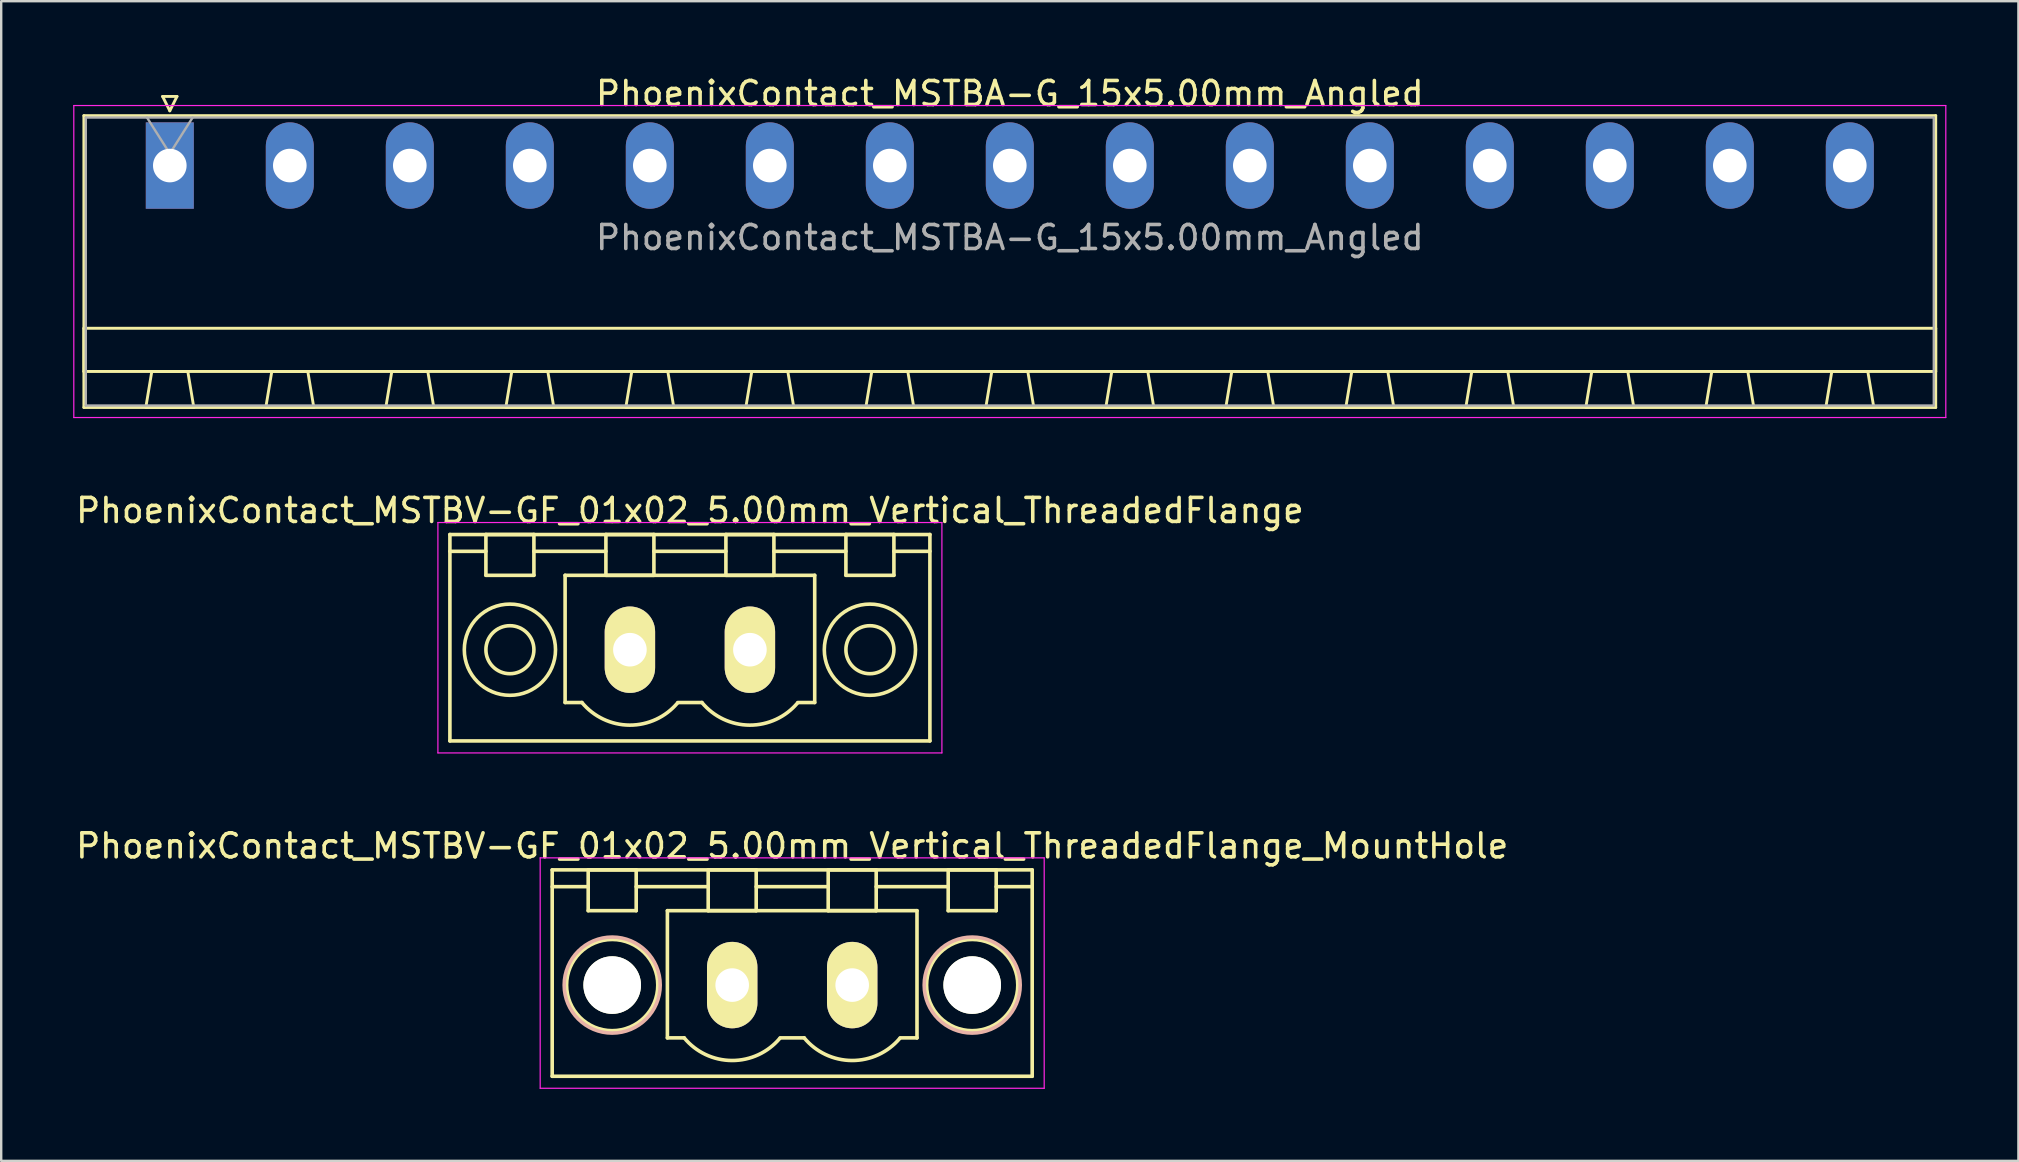
<source format=kicad_pcb>
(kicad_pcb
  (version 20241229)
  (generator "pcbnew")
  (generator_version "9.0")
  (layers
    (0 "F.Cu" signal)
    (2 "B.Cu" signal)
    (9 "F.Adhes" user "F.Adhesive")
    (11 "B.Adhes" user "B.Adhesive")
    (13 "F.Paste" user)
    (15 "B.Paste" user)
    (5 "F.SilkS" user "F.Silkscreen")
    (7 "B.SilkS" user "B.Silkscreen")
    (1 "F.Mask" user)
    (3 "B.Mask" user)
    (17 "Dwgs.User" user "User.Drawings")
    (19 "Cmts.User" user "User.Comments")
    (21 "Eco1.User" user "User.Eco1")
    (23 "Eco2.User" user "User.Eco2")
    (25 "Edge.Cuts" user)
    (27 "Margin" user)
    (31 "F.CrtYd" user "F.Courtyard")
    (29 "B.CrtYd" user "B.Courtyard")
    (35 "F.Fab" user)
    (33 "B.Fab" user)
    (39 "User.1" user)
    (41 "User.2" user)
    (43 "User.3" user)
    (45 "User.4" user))
  (footprint "PhoenixContact_MSTBV-GF_01x02_5.00mm_Vertical_ThreadedFlange_MountHole"
    (layer "F.Cu")
    (at 27.458 37.995)
    (property "Reference" "PhoenixContact_MSTBV-GF_01x02_5.00mm_Vertical_ThreadedFlange_MountHole" (at 2.5 -5.8 0) (layer "F.SilkS") (effects (font (size 1 1) (thickness 0.15))))
    (attr through_hole)
    (fp_line (start -7.5 -4.8) (end -7.5 3.8) (stroke (width 0.15) (type solid)) (layer "F.SilkS"))
    (fp_line (start -7.5 -4.1) (end -6 -4.1) (stroke (width 0.15) (type solid)) (layer "F.SilkS"))
    (fp_line (start -7.5 3.8) (end 12.5 3.8) (stroke (width 0.15) (type solid)) (layer "F.SilkS"))
    (fp_line (start -6 -4.8) (end -4 -4.8) (stroke (width 0.15) (type solid)) (layer "F.SilkS"))
    (fp_line (start -6 -3.1) (end -6 -4.8) (stroke (width 0.15) (type solid)) (layer "F.SilkS"))
    (fp_line (start -4 -4.8) (end -4 -3.1) (stroke (width 0.15) (type solid)) (layer "F.SilkS"))
    (fp_line (start -4 -4.1) (end -1 -4.1) (stroke (width 0.15) (type solid)) (layer "F.SilkS"))
    (fp_line (start -4 -3.1) (end -6 -3.1) (stroke (width 0.15) (type solid)) (layer "F.SilkS"))
    (fp_line (start -2.7 -3.1) (end 7.7 -3.1) (stroke (width 0.15) (type solid)) (layer "F.SilkS"))
    (fp_line (start -2.7 2.2) (end -2.7 -3.1) (stroke (width 0.15) (type solid)) (layer "F.SilkS"))
    (fp_line (start -2 2.2) (end -2.7 2.2) (stroke (width 0.15) (type solid)) (layer "F.SilkS"))
    (fp_line (start -1 -4.8) (end 1 -4.8) (stroke (width 0.15) (type solid)) (layer "F.SilkS"))
    (fp_line (start -1 -3.1) (end -1 -4.8) (stroke (width 0.15) (type solid)) (layer "F.SilkS"))
    (fp_line (start 1 -4.8) (end 1 -3.1) (stroke (width 0.15) (type solid)) (layer "F.SilkS"))
    (fp_line (start 1 -4.1) (end 4 -4.1) (stroke (width 0.15) (type solid)) (layer "F.SilkS"))
    (fp_line (start 1 -3.1) (end -1 -3.1) (stroke (width 0.15) (type solid)) (layer "F.SilkS"))
    (fp_line (start 2 2.2) (end 3 2.2) (stroke (width 0.15) (type solid)) (layer "F.SilkS"))
    (fp_line (start 4 -4.8) (end 6 -4.8) (stroke (width 0.15) (type solid)) (layer "F.SilkS"))
    (fp_line (start 4 -3.1) (end 4 -4.8) (stroke (width 0.15) (type solid)) (layer "F.SilkS"))
    (fp_line (start 6 -4.8) (end 6 -3.1) (stroke (width 0.15) (type solid)) (layer "F.SilkS"))
    (fp_line (start 6 -4.1) (end 9 -4.1) (stroke (width 0.15) (type solid)) (layer "F.SilkS"))
    (fp_line (start 6 -3.1) (end 4 -3.1) (stroke (width 0.15) (type solid)) (layer "F.SilkS"))
    (fp_line (start 7.7 -3.1) (end 7.7 2.2) (stroke (width 0.15) (type solid)) (layer "F.SilkS"))
    (fp_line (start 7.7 2.2) (end 7 2.2) (stroke (width 0.15) (type solid)) (layer "F.SilkS"))
    (fp_line (start 9 -4.8) (end 11 -4.8) (stroke (width 0.15) (type solid)) (layer "F.SilkS"))
    (fp_line (start 9 -3.1) (end 9 -4.8) (stroke (width 0.15) (type solid)) (layer "F.SilkS"))
    (fp_line (start 11 -4.8) (end 11 -3.1) (stroke (width 0.15) (type solid)) (layer "F.SilkS"))
    (fp_line (start 11 -3.1) (end 9 -3.1) (stroke (width 0.15) (type solid)) (layer "F.SilkS"))
    (fp_line (start 12.5 -4.8) (end -7.5 -4.8) (stroke (width 0.15) (type solid)) (layer "F.SilkS"))
    (fp_line (start 12.5 -4.1) (end 11 -4.1) (stroke (width 0.15) (type solid)) (layer "F.SilkS"))
    (fp_line (start 12.5 3.8) (end 12.5 -4.8) (stroke (width 0.15) (type solid)) (layer "F.SilkS"))
    (fp_arc (start 1.986842 2.215821) (mid -0.010289 3.142758) (end -2 2.2) (stroke (width 0.15) (type solid)) (layer "F.SilkS"))
    (fp_arc (start 6.986842 2.215821) (mid 4.989711 3.142758) (end 3 2.2) (stroke (width 0.15) (type solid)) (layer "F.SilkS"))
    (fp_circle (center -5 0) (end -4 0) (stroke (width 0.15) (type solid)) (fill no) (layer "F.SilkS"))
    (fp_circle (center -5 0) (end -3.1 0) (stroke (width 0.15) (type solid)) (fill no) (layer "F.SilkS"))
    (fp_circle (center 10 0) (end 11 0) (stroke (width 0.15) (type solid)) (fill no) (layer "F.SilkS"))
    (fp_circle (center 10 0) (end 11.9 0) (stroke (width 0.15) (type solid)) (fill no) (layer "F.SilkS"))
    (fp_circle (center -5 0) (end -3 0) (stroke (width 0.15) (type solid)) (fill no) (layer "B.SilkS"))
    (fp_circle (center 10 0) (end 12 0) (stroke (width 0.15) (type solid)) (fill no) (layer "B.SilkS"))
    (fp_line (start -8 -5.3) (end -8 4.3) (stroke (width 0.05) (type solid)) (layer "F.CrtYd"))
    (fp_line (start -8 4.3) (end 13 4.3) (stroke (width 0.05) (type solid)) (layer "F.CrtYd"))
    (fp_line (start 13 -5.3) (end -8 -5.3) (stroke (width 0.05) (type solid)) (layer "F.CrtYd"))
    (fp_line (start 13 4.3) (end 13 -5.3) (stroke (width 0.05) (type solid)) (layer "F.CrtYd"))
    (pad "" np_thru_hole circle (at -5 0) (size 2.4 2.4) (drill 2.4) (layers "*.Cu" "*.Mask" "F.SilkS"))
    (pad "" np_thru_hole circle (at 10 0) (size 2.4 2.4) (drill 2.4) (layers "*.Cu" "*.Mask" "F.SilkS"))
    (pad "1" thru_hole oval (at 0 0) (size 2.1 3.6) (drill 1.4) (layers "*.Cu" "*.Mask" "F.SilkS"))
    (pad "2" thru_hole oval (at 5 0) (size 2.1 3.6) (drill 1.4) (layers "*.Cu" "*.Mask" "F.SilkS")))
  (footprint "PhoenixContact_MSTBV-GF_01x02_5.00mm_Vertical_ThreadedFlange"
    (layer "F.Cu")
    (at 23.196 24.021)
    (property "Reference" "PhoenixContact_MSTBV-GF_01x02_5.00mm_Vertical_ThreadedFlange" (at 2.5 -5.8 0) (layer "F.SilkS") (effects (font (size 1 1) (thickness 0.15))))
    (attr through_hole)
    (fp_line (start -7.5 -4.8) (end -7.5 3.8) (stroke (width 0.15) (type solid)) (layer "F.SilkS"))
    (fp_line (start -7.5 -4.1) (end -6 -4.1) (stroke (width 0.15) (type solid)) (layer "F.SilkS"))
    (fp_line (start -7.5 3.8) (end 12.5 3.8) (stroke (width 0.15) (type solid)) (layer "F.SilkS"))
    (fp_line (start -6 -4.8) (end -4 -4.8) (stroke (width 0.15) (type solid)) (layer "F.SilkS"))
    (fp_line (start -6 -3.1) (end -6 -4.8) (stroke (width 0.15) (type solid)) (layer "F.SilkS"))
    (fp_line (start -4 -4.8) (end -4 -3.1) (stroke (width 0.15) (type solid)) (layer "F.SilkS"))
    (fp_line (start -4 -4.1) (end -1 -4.1) (stroke (width 0.15) (type solid)) (layer "F.SilkS"))
    (fp_line (start -4 -3.1) (end -6 -3.1) (stroke (width 0.15) (type solid)) (layer "F.SilkS"))
    (fp_line (start -2.7 -3.1) (end 7.7 -3.1) (stroke (width 0.15) (type solid)) (layer "F.SilkS"))
    (fp_line (start -2.7 2.2) (end -2.7 -3.1) (stroke (width 0.15) (type solid)) (layer "F.SilkS"))
    (fp_line (start -2 2.2) (end -2.7 2.2) (stroke (width 0.15) (type solid)) (layer "F.SilkS"))
    (fp_line (start -1 -4.8) (end 1 -4.8) (stroke (width 0.15) (type solid)) (layer "F.SilkS"))
    (fp_line (start -1 -3.1) (end -1 -4.8) (stroke (width 0.15) (type solid)) (layer "F.SilkS"))
    (fp_line (start 1 -4.8) (end 1 -3.1) (stroke (width 0.15) (type solid)) (layer "F.SilkS"))
    (fp_line (start 1 -4.1) (end 4 -4.1) (stroke (width 0.15) (type solid)) (layer "F.SilkS"))
    (fp_line (start 1 -3.1) (end -1 -3.1) (stroke (width 0.15) (type solid)) (layer "F.SilkS"))
    (fp_line (start 2 2.2) (end 3 2.2) (stroke (width 0.15) (type solid)) (layer "F.SilkS"))
    (fp_line (start 4 -4.8) (end 6 -4.8) (stroke (width 0.15) (type solid)) (layer "F.SilkS"))
    (fp_line (start 4 -3.1) (end 4 -4.8) (stroke (width 0.15) (type solid)) (layer "F.SilkS"))
    (fp_line (start 6 -4.8) (end 6 -3.1) (stroke (width 0.15) (type solid)) (layer "F.SilkS"))
    (fp_line (start 6 -4.1) (end 9 -4.1) (stroke (width 0.15) (type solid)) (layer "F.SilkS"))
    (fp_line (start 6 -3.1) (end 4 -3.1) (stroke (width 0.15) (type solid)) (layer "F.SilkS"))
    (fp_line (start 7.7 -3.1) (end 7.7 2.2) (stroke (width 0.15) (type solid)) (layer "F.SilkS"))
    (fp_line (start 7.7 2.2) (end 7 2.2) (stroke (width 0.15) (type solid)) (layer "F.SilkS"))
    (fp_line (start 9 -4.8) (end 11 -4.8) (stroke (width 0.15) (type solid)) (layer "F.SilkS"))
    (fp_line (start 9 -3.1) (end 9 -4.8) (stroke (width 0.15) (type solid)) (layer "F.SilkS"))
    (fp_line (start 11 -4.8) (end 11 -3.1) (stroke (width 0.15) (type solid)) (layer "F.SilkS"))
    (fp_line (start 11 -3.1) (end 9 -3.1) (stroke (width 0.15) (type solid)) (layer "F.SilkS"))
    (fp_line (start 12.5 -4.8) (end -7.5 -4.8) (stroke (width 0.15) (type solid)) (layer "F.SilkS"))
    (fp_line (start 12.5 -4.1) (end 11 -4.1) (stroke (width 0.15) (type solid)) (layer "F.SilkS"))
    (fp_line (start 12.5 3.8) (end 12.5 -4.8) (stroke (width 0.15) (type solid)) (layer "F.SilkS"))
    (fp_arc (start 1.986842 2.215821) (mid -0.010289 3.142758) (end -2 2.2) (stroke (width 0.15) (type solid)) (layer "F.SilkS"))
    (fp_arc (start 6.986842 2.215821) (mid 4.989711 3.142758) (end 3 2.2) (stroke (width 0.15) (type solid)) (layer "F.SilkS"))
    (fp_circle (center -5 0) (end -4 0) (stroke (width 0.15) (type solid)) (fill no) (layer "F.SilkS"))
    (fp_circle (center -5 0) (end -3.1 0) (stroke (width 0.15) (type solid)) (fill no) (layer "F.SilkS"))
    (fp_circle (center 10 0) (end 11 0) (stroke (width 0.15) (type solid)) (fill no) (layer "F.SilkS"))
    (fp_circle (center 10 0) (end 11.9 0) (stroke (width 0.15) (type solid)) (fill no) (layer "F.SilkS"))
    (fp_line (start -8 -5.3) (end -8 4.3) (stroke (width 0.05) (type solid)) (layer "F.CrtYd"))
    (fp_line (start -8 4.3) (end 13 4.3) (stroke (width 0.05) (type solid)) (layer "F.CrtYd"))
    (fp_line (start 13 -5.3) (end -8 -5.3) (stroke (width 0.05) (type solid)) (layer "F.CrtYd"))
    (fp_line (start 13 4.3) (end 13 -5.3) (stroke (width 0.05) (type solid)) (layer "F.CrtYd"))
    (pad "1" thru_hole oval (at 0 0) (size 2.1 3.6) (drill 1.4) (layers "*.Cu" "*.Mask" "F.SilkS"))
    (pad "2" thru_hole oval (at 5 0) (size 2.1 3.6) (drill 1.4) (layers "*.Cu" "*.Mask" "F.SilkS")))
  (footprint "PhoenixContact_MSTBA-G_15x5.00mm_Angled"
    (layer "F.Cu")
    (at 4.025 3.848)
    (property "Reference" "PhoenixContact_MSTBA-G_15x5.00mm_Angled" (at 35 -3 0) (layer "F.SilkS") (effects (font (size 1 1) (thickness 0.15))))
    (attr through_hole)
    (fp_line (start -3.58 -2.08) (end -3.58 10.08) (stroke (width 0.12) (type solid)) (layer "F.SilkS"))
    (fp_line (start -3.58 6.78) (end 73.58 6.78) (stroke (width 0.12) (type solid)) (layer "F.SilkS"))
    (fp_line (start -3.58 8.58) (end -3.58 6.78) (stroke (width 0.12) (type solid)) (layer "F.SilkS"))
    (fp_line (start -3.58 10.08) (end 73.58 10.08) (stroke (width 0.12) (type solid)) (layer "F.SilkS"))
    (fp_line (start -1 10.08) (end 1 10.08) (stroke (width 0.12) (type solid)) (layer "F.SilkS"))
    (fp_line (start -0.75 8.58) (end -1 10.08) (stroke (width 0.12) (type solid)) (layer "F.SilkS"))
    (fp_line (start -0.3 -2.88) (end 0.3 -2.88) (stroke (width 0.12) (type solid)) (layer "F.SilkS"))
    (fp_line (start 0 -2.28) (end -0.3 -2.88) (stroke (width 0.12) (type solid)) (layer "F.SilkS"))
    (fp_line (start 0.3 -2.88) (end 0 -2.28) (stroke (width 0.12) (type solid)) (layer "F.SilkS"))
    (fp_line (start 0.75 8.58) (end -0.75 8.58) (stroke (width 0.12) (type solid)) (layer "F.SilkS"))
    (fp_line (start 1 10.08) (end 0.75 8.58) (stroke (width 0.12) (type solid)) (layer "F.SilkS"))
    (fp_line (start 4 10.08) (end 6 10.08) (stroke (width 0.12) (type solid)) (layer "F.SilkS"))
    (fp_line (start 4.25 8.58) (end 4 10.08) (stroke (width 0.12) (type solid)) (layer "F.SilkS"))
    (fp_line (start 5.75 8.58) (end 4.25 8.58) (stroke (width 0.12) (type solid)) (layer "F.SilkS"))
    (fp_line (start 6 10.08) (end 5.75 8.58) (stroke (width 0.12) (type solid)) (layer "F.SilkS"))
    (fp_line (start 9 10.08) (end 11 10.08) (stroke (width 0.12) (type solid)) (layer "F.SilkS"))
    (fp_line (start 9.25 8.58) (end 9 10.08) (stroke (width 0.12) (type solid)) (layer "F.SilkS"))
    (fp_line (start 10.75 8.58) (end 9.25 8.58) (stroke (width 0.12) (type solid)) (layer "F.SilkS"))
    (fp_line (start 11 10.08) (end 10.75 8.58) (stroke (width 0.12) (type solid)) (layer "F.SilkS"))
    (fp_line (start 14 10.08) (end 16 10.08) (stroke (width 0.12) (type solid)) (layer "F.SilkS"))
    (fp_line (start 14.25 8.58) (end 14 10.08) (stroke (width 0.12) (type solid)) (layer "F.SilkS"))
    (fp_line (start 15.75 8.58) (end 14.25 8.58) (stroke (width 0.12) (type solid)) (layer "F.SilkS"))
    (fp_line (start 16 10.08) (end 15.75 8.58) (stroke (width 0.12) (type solid)) (layer "F.SilkS"))
    (fp_line (start 19 10.08) (end 21 10.08) (stroke (width 0.12) (type solid)) (layer "F.SilkS"))
    (fp_line (start 19.25 8.58) (end 19 10.08) (stroke (width 0.12) (type solid)) (layer "F.SilkS"))
    (fp_line (start 20.75 8.58) (end 19.25 8.58) (stroke (width 0.12) (type solid)) (layer "F.SilkS"))
    (fp_line (start 21 10.08) (end 20.75 8.58) (stroke (width 0.12) (type solid)) (layer "F.SilkS"))
    (fp_line (start 24 10.08) (end 26 10.08) (stroke (width 0.12) (type solid)) (layer "F.SilkS"))
    (fp_line (start 24.25 8.58) (end 24 10.08) (stroke (width 0.12) (type solid)) (layer "F.SilkS"))
    (fp_line (start 25.75 8.58) (end 24.25 8.58) (stroke (width 0.12) (type solid)) (layer "F.SilkS"))
    (fp_line (start 26 10.08) (end 25.75 8.58) (stroke (width 0.12) (type solid)) (layer "F.SilkS"))
    (fp_line (start 29 10.08) (end 31 10.08) (stroke (width 0.12) (type solid)) (layer "F.SilkS"))
    (fp_line (start 29.25 8.58) (end 29 10.08) (stroke (width 0.12) (type solid)) (layer "F.SilkS"))
    (fp_line (start 30.75 8.58) (end 29.25 8.58) (stroke (width 0.12) (type solid)) (layer "F.SilkS"))
    (fp_line (start 31 10.08) (end 30.75 8.58) (stroke (width 0.12) (type solid)) (layer "F.SilkS"))
    (fp_line (start 34 10.08) (end 36 10.08) (stroke (width 0.12) (type solid)) (layer "F.SilkS"))
    (fp_line (start 34.25 8.58) (end 34 10.08) (stroke (width 0.12) (type solid)) (layer "F.SilkS"))
    (fp_line (start 35.75 8.58) (end 34.25 8.58) (stroke (width 0.12) (type solid)) (layer "F.SilkS"))
    (fp_line (start 36 10.08) (end 35.75 8.58) (stroke (width 0.12) (type solid)) (layer "F.SilkS"))
    (fp_line (start 39 10.08) (end 41 10.08) (stroke (width 0.12) (type solid)) (layer "F.SilkS"))
    (fp_line (start 39.25 8.58) (end 39 10.08) (stroke (width 0.12) (type solid)) (layer "F.SilkS"))
    (fp_line (start 40.75 8.58) (end 39.25 8.58) (stroke (width 0.12) (type solid)) (layer "F.SilkS"))
    (fp_line (start 41 10.08) (end 40.75 8.58) (stroke (width 0.12) (type solid)) (layer "F.SilkS"))
    (fp_line (start 44 10.08) (end 46 10.08) (stroke (width 0.12) (type solid)) (layer "F.SilkS"))
    (fp_line (start 44.25 8.58) (end 44 10.08) (stroke (width 0.12) (type solid)) (layer "F.SilkS"))
    (fp_line (start 45.75 8.58) (end 44.25 8.58) (stroke (width 0.12) (type solid)) (layer "F.SilkS"))
    (fp_line (start 46 10.08) (end 45.75 8.58) (stroke (width 0.12) (type solid)) (layer "F.SilkS"))
    (fp_line (start 49 10.08) (end 51 10.08) (stroke (width 0.12) (type solid)) (layer "F.SilkS"))
    (fp_line (start 49.25 8.58) (end 49 10.08) (stroke (width 0.12) (type solid)) (layer "F.SilkS"))
    (fp_line (start 50.75 8.58) (end 49.25 8.58) (stroke (width 0.12) (type solid)) (layer "F.SilkS"))
    (fp_line (start 51 10.08) (end 50.75 8.58) (stroke (width 0.12) (type solid)) (layer "F.SilkS"))
    (fp_line (start 54 10.08) (end 56 10.08) (stroke (width 0.12) (type solid)) (layer "F.SilkS"))
    (fp_line (start 54.25 8.58) (end 54 10.08) (stroke (width 0.12) (type solid)) (layer "F.SilkS"))
    (fp_line (start 55.75 8.58) (end 54.25 8.58) (stroke (width 0.12) (type solid)) (layer "F.SilkS"))
    (fp_line (start 56 10.08) (end 55.75 8.58) (stroke (width 0.12) (type solid)) (layer "F.SilkS"))
    (fp_line (start 59 10.08) (end 61 10.08) (stroke (width 0.12) (type solid)) (layer "F.SilkS"))
    (fp_line (start 59.25 8.58) (end 59 10.08) (stroke (width 0.12) (type solid)) (layer "F.SilkS"))
    (fp_line (start 60.75 8.58) (end 59.25 8.58) (stroke (width 0.12) (type solid)) (layer "F.SilkS"))
    (fp_line (start 61 10.08) (end 60.75 8.58) (stroke (width 0.12) (type solid)) (layer "F.SilkS"))
    (fp_line (start 64 10.08) (end 66 10.08) (stroke (width 0.12) (type solid)) (layer "F.SilkS"))
    (fp_line (start 64.25 8.58) (end 64 10.08) (stroke (width 0.12) (type solid)) (layer "F.SilkS"))
    (fp_line (start 65.75 8.58) (end 64.25 8.58) (stroke (width 0.12) (type solid)) (layer "F.SilkS"))
    (fp_line (start 66 10.08) (end 65.75 8.58) (stroke (width 0.12) (type solid)) (layer "F.SilkS"))
    (fp_line (start 69 10.08) (end 71 10.08) (stroke (width 0.12) (type solid)) (layer "F.SilkS"))
    (fp_line (start 69.25 8.58) (end 69 10.08) (stroke (width 0.12) (type solid)) (layer "F.SilkS"))
    (fp_line (start 70.75 8.58) (end 69.25 8.58) (stroke (width 0.12) (type solid)) (layer "F.SilkS"))
    (fp_line (start 71 10.08) (end 70.75 8.58) (stroke (width 0.12) (type solid)) (layer "F.SilkS"))
    (fp_line (start 73.58 -2.08) (end -3.58 -2.08) (stroke (width 0.12) (type solid)) (layer "F.SilkS"))
    (fp_line (start 73.58 6.78) (end 73.58 8.58) (stroke (width 0.12) (type solid)) (layer "F.SilkS"))
    (fp_line (start 73.58 8.58) (end -3.58 8.58) (stroke (width 0.12) (type solid)) (layer "F.SilkS"))
    (fp_line (start 73.58 10.08) (end 73.58 -2.08) (stroke (width 0.12) (type solid)) (layer "F.SilkS"))
    (fp_line (start -4 -2.5) (end -4 10.5) (stroke (width 0.05) (type solid)) (layer "F.CrtYd"))
    (fp_line (start -4 10.5) (end 74 10.5) (stroke (width 0.05) (type solid)) (layer "F.CrtYd"))
    (fp_line (start 74 -2.5) (end -4 -2.5) (stroke (width 0.05) (type solid)) (layer "F.CrtYd"))
    (fp_line (start 74 10.5) (end 74 -2.5) (stroke (width 0.05) (type solid)) (layer "F.CrtYd"))
    (fp_line (start -3.5 -2) (end -3.5 10) (stroke (width 0.1) (type solid)) (layer "F.Fab"))
    (fp_line (start -3.5 10) (end 73.5 10) (stroke (width 0.1) (type solid)) (layer "F.Fab"))
    (fp_line (start 0 -0.5) (end -0.95 -2) (stroke (width 0.1) (type solid)) (layer "F.Fab"))
    (fp_line (start 0.95 -2) (end 0 -0.5) (stroke (width 0.1) (type solid)) (layer "F.Fab"))
    (fp_line (start 73.5 -2) (end -3.5 -2) (stroke (width 0.1) (type solid)) (layer "F.Fab"))
    (fp_line (start 73.5 10) (end 73.5 -2) (stroke (width 0.1) (type solid)) (layer "F.Fab"))
    (fp_text user "${REFERENCE}" (at 35 3 0) (layer "F.Fab") (effects (font (size 1 1) (thickness 0.15))))
    (pad "1" thru_hole rect (at 0 0) (size 2 3.6) (drill 1.4) (layers "*.Cu" "*.Mask"))
    (pad "2" thru_hole oval (at 5 0) (size 2 3.6) (drill 1.4) (layers "*.Cu" "*.Mask"))
    (pad "3" thru_hole oval (at 10 0) (size 2 3.6) (drill 1.4) (layers "*.Cu" "*.Mask"))
    (pad "4" thru_hole oval (at 15 0) (size 2 3.6) (drill 1.4) (layers "*.Cu" "*.Mask"))
    (pad "5" thru_hole oval (at 20 0) (size 2 3.6) (drill 1.4) (layers "*.Cu" "*.Mask"))
    (pad "6" thru_hole oval (at 25 0) (size 2 3.6) (drill 1.4) (layers "*.Cu" "*.Mask"))
    (pad "7" thru_hole oval (at 30 0) (size 2 3.6) (drill 1.4) (layers "*.Cu" "*.Mask"))
    (pad "8" thru_hole oval (at 35 0) (size 2 3.6) (drill 1.4) (layers "*.Cu" "*.Mask"))
    (pad "9" thru_hole oval (at 40 0) (size 2 3.6) (drill 1.4) (layers "*.Cu" "*.Mask"))
    (pad "10" thru_hole oval (at 45 0) (size 2 3.6) (drill 1.4) (layers "*.Cu" "*.Mask"))
    (pad "11" thru_hole oval (at 50 0) (size 2 3.6) (drill 1.4) (layers "*.Cu" "*.Mask"))
    (pad "12" thru_hole oval (at 55 0) (size 2 3.6) (drill 1.4) (layers "*.Cu" "*.Mask"))
    (pad "13" thru_hole oval (at 60 0) (size 2 3.6) (drill 1.4) (layers "*.Cu" "*.Mask"))
    (pad "14" thru_hole oval (at 65 0) (size 2 3.6) (drill 1.4) (layers "*.Cu" "*.Mask"))
    (pad "15" thru_hole oval (at 70 0) (size 2 3.6) (drill 1.4) (layers "*.Cu" "*.Mask")))
  (gr_rect
    (start -3 -3)
    (end 81.05 45.32)
    (stroke (width 0.1) (type default))
    (fill no)
    (layer "Edge.Cuts")))
</source>
